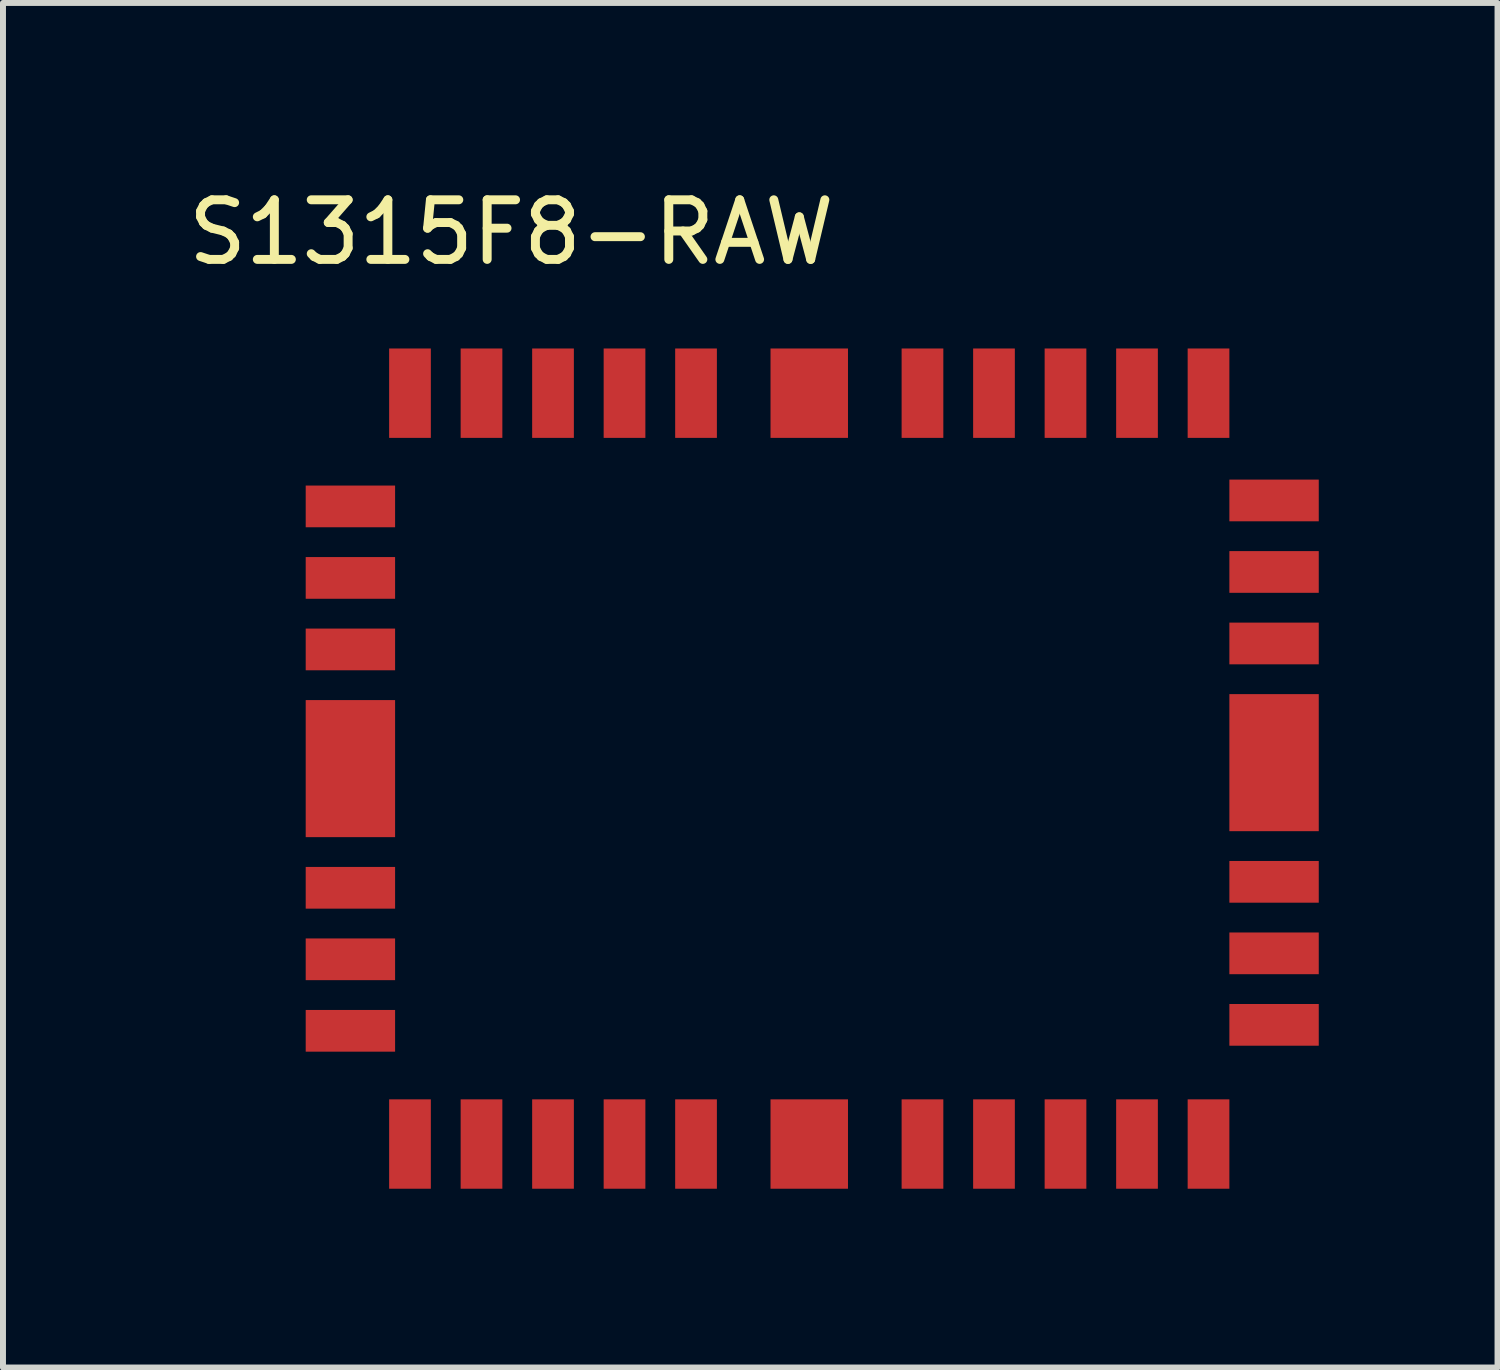
<source format=kicad_pcb>
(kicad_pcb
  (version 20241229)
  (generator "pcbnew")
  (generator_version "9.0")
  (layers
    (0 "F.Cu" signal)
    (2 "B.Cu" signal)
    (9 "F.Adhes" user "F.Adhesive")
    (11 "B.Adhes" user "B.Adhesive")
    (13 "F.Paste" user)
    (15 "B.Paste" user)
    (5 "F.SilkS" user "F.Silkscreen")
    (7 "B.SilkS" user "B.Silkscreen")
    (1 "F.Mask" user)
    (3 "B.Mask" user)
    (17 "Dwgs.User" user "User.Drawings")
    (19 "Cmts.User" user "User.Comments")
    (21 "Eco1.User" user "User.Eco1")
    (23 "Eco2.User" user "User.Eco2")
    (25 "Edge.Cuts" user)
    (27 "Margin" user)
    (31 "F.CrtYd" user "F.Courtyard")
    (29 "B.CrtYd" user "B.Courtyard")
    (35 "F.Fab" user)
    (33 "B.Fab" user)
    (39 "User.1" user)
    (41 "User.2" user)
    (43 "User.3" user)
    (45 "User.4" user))
  (footprint "S1315F8-RAW"
    (layer "F.Cu")
    (at 10.53 9.848)
    (property "Reference" "S1315F8-RAW" (at -5 -9 0) (layer "F.SilkS") (effects (font (size 1 1) (thickness 0.15))))
    (attr through_hole)
    (pad "1" smd rect (at -6.7 6.3) (size 0.7 1.5) (layers "F.Cu" "F.Mask" "F.Paste"))
    (pad "2" smd rect (at -5.5 6.3) (size 0.7 1.5) (layers "F.Cu" "F.Mask" "F.Paste"))
    (pad "3" smd rect (at -4.3 6.3) (size 0.7 1.5) (layers "F.Cu" "F.Mask" "F.Paste"))
    (pad "4" smd rect (at -3.1 6.3) (size 0.7 1.5) (layers "F.Cu" "F.Mask" "F.Paste"))
    (pad "5" smd rect (at -1.9 6.3) (size 0.7 1.5) (layers "F.Cu" "F.Mask" "F.Paste"))
    (pad "6" smd rect (at 0 6.3) (size 1.3 1.5) (layers "F.Cu" "F.Mask" "F.Paste"))
    (pad "7" smd rect (at 1.9 6.3) (size 0.7 1.5) (layers "F.Cu" "F.Mask" "F.Paste"))
    (pad "8" smd rect (at 3.1 6.3) (size 0.7 1.5) (layers "F.Cu" "F.Mask" "F.Paste"))
    (pad "9" smd rect (at 4.3 6.3) (size 0.7 1.5) (layers "F.Cu" "F.Mask" "F.Paste"))
    (pad "10" smd rect (at 5.5 6.3) (size 0.7 1.5) (layers "F.Cu" "F.Mask" "F.Paste"))
    (pad "11" smd rect (at 6.7 6.3) (size 0.7 1.5) (layers "F.Cu" "F.Mask" "F.Paste"))
    (pad "12" smd rect (at 7.8 4.3 90) (size 0.7 1.5) (layers "F.Cu" "F.Mask" "F.Paste"))
    (pad "13" smd rect (at 7.8 3.1 90) (size 0.7 1.5) (layers "F.Cu" "F.Mask" "F.Paste"))
    (pad "14" smd rect (at 7.8 1.9 90) (size 0.7 1.5) (layers "F.Cu" "F.Mask" "F.Paste"))
    (pad "15" smd rect (at 7.8 -0.1 90) (size 2.3 1.5) (layers "F.Cu" "F.Mask" "F.Paste"))
    (pad "16" smd rect (at 7.8 -2.1 90) (size 0.7 1.5) (layers "F.Cu" "F.Mask" "F.Paste"))
    (pad "17" smd rect (at 7.8 -3.3 90) (size 0.7 1.5) (layers "F.Cu" "F.Mask" "F.Paste"))
    (pad "18" smd rect (at 7.8 -4.5 90) (size 0.7 1.5) (layers "F.Cu" "F.Mask" "F.Paste"))
    (pad "19" smd rect (at 6.7 -6.3 180) (size 0.7 1.5) (layers "F.Cu" "F.Mask" "F.Paste"))
    (pad "20" smd rect (at 5.5 -6.3 180) (size 0.7 1.5) (layers "F.Cu" "F.Mask" "F.Paste"))
    (pad "21" smd rect (at 4.3 -6.3 180) (size 0.7 1.5) (layers "F.Cu" "F.Mask" "F.Paste"))
    (pad "22" smd rect (at 3.1 -6.3 180) (size 0.7 1.5) (layers "F.Cu" "F.Mask" "F.Paste"))
    (pad "23" smd rect (at 1.9 -6.3 180) (size 0.7 1.5) (layers "F.Cu" "F.Mask" "F.Paste"))
    (pad "24" smd rect (at 0 -6.3 180) (size 1.3 1.5) (layers "F.Cu" "F.Mask" "F.Paste"))
    (pad "25" smd rect (at -1.9 -6.3 180) (size 0.7 1.5) (layers "F.Cu" "F.Mask" "F.Paste"))
    (pad "26" smd rect (at -3.1 -6.3 180) (size 0.7 1.5) (layers "F.Cu" "F.Mask" "F.Paste"))
    (pad "27" smd rect (at -4.3 -6.3 180) (size 0.7 1.5) (layers "F.Cu" "F.Mask" "F.Paste"))
    (pad "28" smd rect (at -5.5 -6.3 180) (size 0.7 1.5) (layers "F.Cu" "F.Mask" "F.Paste"))
    (pad "29" smd rect (at -6.7 -6.3 180) (size 0.7 1.5) (layers "F.Cu" "F.Mask" "F.Paste"))
    (pad "30" smd rect (at -7.7 -4.4 270) (size 0.7 1.5) (layers "F.Cu" "F.Mask" "F.Paste"))
    (pad "31" smd rect (at -7.7 -3.2 270) (size 0.7 1.5) (layers "F.Cu" "F.Mask" "F.Paste"))
    (pad "32" smd rect (at -7.7 -2 270) (size 0.7 1.5) (layers "F.Cu" "F.Mask" "F.Paste"))
    (pad "33" smd rect (at -7.7 0) (size 1.5 2.3) (layers "F.Cu" "F.Mask" "F.Paste"))
    (pad "34" smd rect (at -7.7 2 270) (size 0.7 1.5) (layers "F.Cu" "F.Mask" "F.Paste"))
    (pad "35" smd rect (at -7.7 3.2 270) (size 0.7 1.5) (layers "F.Cu" "F.Mask" "F.Paste"))
    (pad "36" smd rect (at -7.7 4.4 270) (size 0.7 1.5) (layers "F.Cu" "F.Mask" "F.Paste")))
  (gr_rect
    (start -3 -3)
    (end 22.08 19.898)
    (stroke (width 0.1) (type default))
    (fill no)
    (layer "Edge.Cuts")))
</source>
